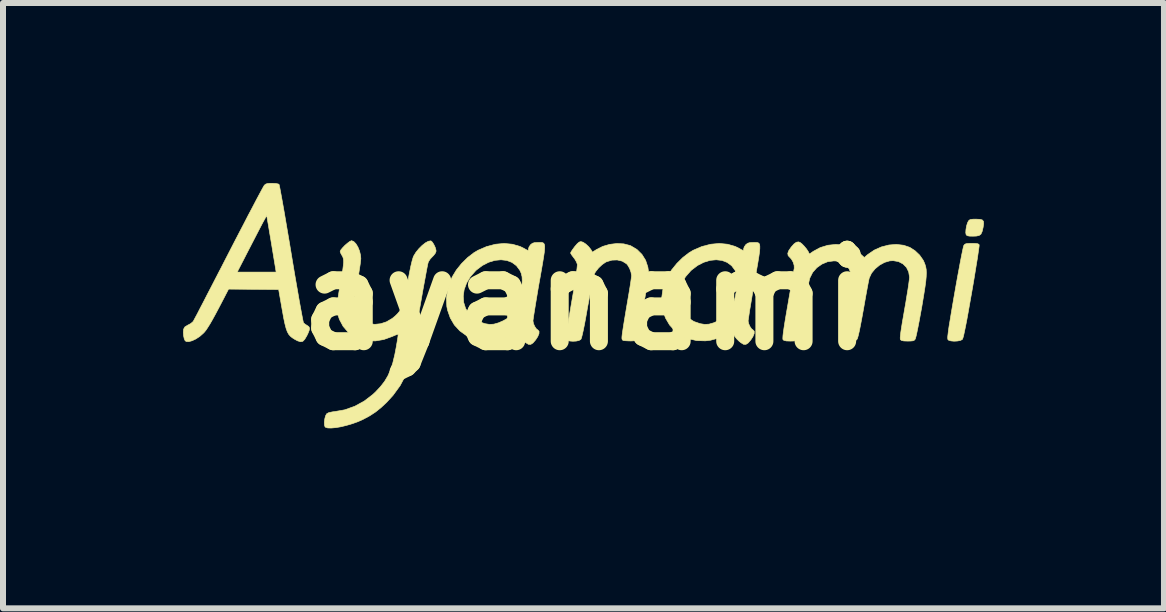
<source format=kicad_pcb>
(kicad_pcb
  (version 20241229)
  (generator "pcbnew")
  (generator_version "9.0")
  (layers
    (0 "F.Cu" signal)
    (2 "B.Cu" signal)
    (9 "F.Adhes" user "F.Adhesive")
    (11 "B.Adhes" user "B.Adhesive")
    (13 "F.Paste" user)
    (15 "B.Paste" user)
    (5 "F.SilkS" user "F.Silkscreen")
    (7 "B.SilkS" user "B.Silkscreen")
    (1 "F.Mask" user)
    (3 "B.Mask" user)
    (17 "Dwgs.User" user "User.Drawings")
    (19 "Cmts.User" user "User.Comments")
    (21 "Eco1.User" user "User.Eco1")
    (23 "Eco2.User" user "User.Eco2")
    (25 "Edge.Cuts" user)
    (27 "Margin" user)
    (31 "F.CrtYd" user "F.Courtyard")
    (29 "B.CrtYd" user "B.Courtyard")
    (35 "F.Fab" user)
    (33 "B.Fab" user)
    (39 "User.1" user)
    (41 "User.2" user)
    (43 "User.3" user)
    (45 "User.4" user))
  (footprint "ayanami"
    (layer "F.Cu")
    (at 6.713 1.947)
    (property "Reference" "ayanami" (at 0 0 0) (layer "F.SilkS") (effects (font (size 1.524 1.524) (thickness 0.3))))
    (attr through_hole)
    (fp_poly (pts (xy 6.565 -1.342) (xy 6.606 -1.332) (xy 6.626 -1.309) (xy 6.629 -1.268) (xy 6.62 -1.206) (xy 6.604 -1.139) (xy 6.584 -1.096) (xy 6.554 -1.073) (xy 6.507 -1.063) (xy 6.453 -1.061) (xy 6.395 -1.062) (xy 6.361 -1.068) (xy 6.342 -1.08) (xy 6.337 -1.087) (xy 6.331 -1.119) (xy 6.334 -1.169) (xy 6.343 -1.225) (xy 6.358 -1.277) (xy 6.374 -1.311) (xy 6.389 -1.329) (xy 6.411 -1.339) (xy 6.448 -1.344) (xy 6.498 -1.345) (xy 6.565 -1.342)) (stroke (width 0.01) (type solid)) (fill yes) (layer "F.SilkS"))
    (fp_poly (pts (xy 6.493 -0.94) (xy 6.53 -0.935) (xy 6.549 -0.926) (xy 6.554 -0.917) (xy 6.554 -0.898) (xy 6.548 -0.853) (xy 6.538 -0.783) (xy 6.525 -0.693) (xy 6.507 -0.585) (xy 6.487 -0.461) (xy 6.465 -0.326) (xy 6.44 -0.181) (xy 6.431 -0.129) (xy 6.399 0.052) (xy 6.372 0.205) (xy 6.349 0.332) (xy 6.329 0.435) (xy 6.312 0.517) (xy 6.299 0.578) (xy 6.288 0.622) (xy 6.279 0.649) (xy 6.272 0.661) (xy 6.24 0.677) (xy 6.191 0.686) (xy 6.136 0.689) (xy 6.083 0.684) (xy 6.045 0.672) (xy 6.035 0.664) (xy 6.032 0.654) (xy 6.03 0.636) (xy 6.031 0.608) (xy 6.036 0.566) (xy 6.043 0.508) (xy 6.054 0.433) (xy 6.07 0.338) (xy 6.089 0.221) (xy 6.113 0.079) (xy 6.142 -0.089) (xy 6.147 -0.117) (xy 6.173 -0.265) (xy 6.198 -0.404) (xy 6.222 -0.532) (xy 6.243 -0.646) (xy 6.262 -0.744) (xy 6.278 -0.821) (xy 6.29 -0.876) (xy 6.298 -0.905) (xy 6.3 -0.908) (xy 6.314 -0.925) (xy 6.334 -0.935) (xy 6.368 -0.94) (xy 6.422 -0.941) (xy 6.433 -0.941) (xy 6.493 -0.94)) (stroke (width 0.01) (type solid)) (fill yes) (layer "F.SilkS"))
    (fp_poly (pts (xy -0.046 -0.96) (xy -0.001 -0.93) (xy 0.044 -0.889) (xy 0.08 -0.844) (xy 0.085 -0.837) (xy 0.109 -0.795) (xy 0.178 -0.839) (xy 0.282 -0.891) (xy 0.398 -0.925) (xy 0.517 -0.939) (xy 0.632 -0.933) (xy 0.736 -0.906) (xy 0.75 -0.9) (xy 0.851 -0.84) (xy 0.934 -0.758) (xy 0.996 -0.659) (xy 1.033 -0.548) (xy 1.042 -0.486) (xy 1.041 -0.446) (xy 1.035 -0.384) (xy 1.025 -0.303) (xy 1.012 -0.207) (xy 0.995 -0.1) (xy 0.977 0.013) (xy 0.957 0.128) (xy 0.937 0.242) (xy 0.916 0.35) (xy 0.897 0.449) (xy 0.878 0.533) (xy 0.862 0.599) (xy 0.849 0.644) (xy 0.841 0.66) (xy 0.823 0.676) (xy 0.795 0.683) (xy 0.751 0.685) (xy 0.711 0.684) (xy 0.656 0.681) (xy 0.624 0.677) (xy 0.608 0.667) (xy 0.602 0.65) (xy 0.601 0.635) (xy 0.602 0.61) (xy 0.608 0.559) (xy 0.619 0.486) (xy 0.633 0.396) (xy 0.65 0.293) (xy 0.669 0.179) (xy 0.679 0.12) (xy 0.699 0.002) (xy 0.718 -0.108) (xy 0.734 -0.206) (xy 0.747 -0.289) (xy 0.756 -0.353) (xy 0.761 -0.393) (xy 0.762 -0.403) (xy 0.752 -0.462) (xy 0.729 -0.525) (xy 0.697 -0.579) (xy 0.678 -0.601) (xy 0.607 -0.645) (xy 0.523 -0.665) (xy 0.434 -0.662) (xy 0.345 -0.635) (xy 0.33 -0.628) (xy 0.272 -0.588) (xy 0.212 -0.532) (xy 0.163 -0.47) (xy 0.144 -0.438) (xy 0.135 -0.412) (xy 0.123 -0.361) (xy 0.107 -0.287) (xy 0.089 -0.196) (xy 0.068 -0.09) (xy 0.047 0.026) (xy 0.029 0.122) (xy 0.001 0.281) (xy -0.023 0.411) (xy -0.044 0.513) (xy -0.061 0.588) (xy -0.074 0.637) (xy -0.084 0.66) (xy -0.085 0.66) (xy -0.115 0.677) (xy -0.161 0.687) (xy -0.216 0.69) (xy -0.268 0.686) (xy -0.308 0.675) (xy -0.327 0.661) (xy -0.329 0.642) (xy -0.326 0.6) (xy -0.318 0.534) (xy -0.304 0.443) (xy -0.286 0.325) (xy -0.261 0.181) (xy -0.238 0.045) (xy -0.213 -0.1) (xy -0.191 -0.231) (xy -0.172 -0.346) (xy -0.158 -0.443) (xy -0.148 -0.518) (xy -0.143 -0.57) (xy -0.142 -0.593) (xy -0.157 -0.633) (xy -0.184 -0.679) (xy -0.202 -0.703) (xy -0.231 -0.741) (xy -0.25 -0.771) (xy -0.254 -0.782) (xy -0.245 -0.802) (xy -0.222 -0.837) (xy -0.19 -0.881) (xy -0.187 -0.885) (xy -0.144 -0.935) (xy -0.111 -0.963) (xy -0.083 -0.971) (xy -0.082 -0.971) (xy -0.046 -0.96)) (stroke (width 0.01) (type solid)) (fill yes) (layer "F.SilkS"))
    (fp_poly (pts (xy -0.741 -0.956) (xy -0.719 -0.953) (xy -0.702 -0.943) (xy -0.692 -0.926) (xy -0.686 -0.897) (xy -0.687 -0.855) (xy -0.692 -0.796) (xy -0.703 -0.72) (xy -0.719 -0.622) (xy -0.74 -0.5) (xy -0.766 -0.352) (xy -0.775 -0.304) (xy -0.798 -0.171) (xy -0.819 -0.045) (xy -0.838 0.069) (xy -0.854 0.168) (xy -0.867 0.249) (xy -0.876 0.31) (xy -0.881 0.345) (xy -0.881 0.352) (xy -0.873 0.396) (xy -0.852 0.443) (xy -0.825 0.483) (xy -0.799 0.503) (xy -0.78 0.524) (xy -0.781 0.562) (xy -0.802 0.613) (xy -0.837 0.667) (xy -0.881 0.718) (xy -0.918 0.742) (xy -0.957 0.741) (xy -1.002 0.714) (xy -1.034 0.688) (xy -1.075 0.647) (xy -1.108 0.604) (xy -1.121 0.579) (xy -1.135 0.545) (xy -1.144 0.526) (xy -1.145 0.525) (xy -1.159 0.529) (xy -1.19 0.545) (xy -1.221 0.564) (xy -1.361 0.633) (xy -1.509 0.673) (xy -1.593 0.683) (xy -1.738 0.679) (xy -1.872 0.648) (xy -1.994 0.593) (xy -2.101 0.516) (xy -2.191 0.418) (xy -2.259 0.302) (xy -2.305 0.171) (xy -2.317 0.109) (xy -2.323 -0.029) (xy -2.318 -0.062) (xy -2.043 -0.062) (xy -2.036 0.042) (xy -2.005 0.14) (xy -1.953 0.228) (xy -1.879 0.302) (xy -1.785 0.361) (xy -1.681 0.397) (xy -1.606 0.409) (xy -1.534 0.405) (xy -1.456 0.383) (xy -1.378 0.349) (xy -1.294 0.301) (xy -1.227 0.243) (xy -1.174 0.17) (xy -1.133 0.08) (xy -1.1 -0.034) (xy -1.082 -0.124) (xy -1.066 -0.231) (xy -1.06 -0.316) (xy -1.063 -0.385) (xy -1.077 -0.443) (xy -1.1 -0.493) (xy -1.157 -0.569) (xy -1.231 -0.624) (xy -1.318 -0.657) (xy -1.414 -0.668) (xy -1.517 -0.658) (xy -1.621 -0.626) (xy -1.724 -0.573) (xy -1.822 -0.499) (xy -1.836 -0.486) (xy -1.925 -0.385) (xy -1.988 -0.279) (xy -2.028 -0.171) (xy -2.043 -0.062) (xy -2.318 -0.062) (xy -2.302 -0.174) (xy -2.255 -0.321) (xy -2.224 -0.388) (xy -2.158 -0.497) (xy -2.071 -0.605) (xy -1.971 -0.704) (xy -1.865 -0.786) (xy -1.797 -0.826) (xy -1.652 -0.889) (xy -1.505 -0.927) (xy -1.362 -0.94) (xy -1.224 -0.927) (xy -1.097 -0.89) (xy -1.037 -0.861) (xy -0.993 -0.836) (xy -0.968 -0.825) (xy -0.958 -0.828) (xy -0.956 -0.842) (xy -0.956 -0.852) (xy -0.946 -0.883) (xy -0.922 -0.918) (xy -0.92 -0.92) (xy -0.89 -0.943) (xy -0.854 -0.954) (xy -0.803 -0.956) (xy -0.769 -0.957) (xy -0.741 -0.956)) (stroke (width 0.01) (type solid)) (fill yes) (layer "F.SilkS"))
    (fp_poly (pts (xy 2.845 -0.956) (xy 2.867 -0.953) (xy 2.884 -0.943) (xy 2.894 -0.926) (xy 2.899 -0.897) (xy 2.899 -0.855) (xy 2.894 -0.796) (xy 2.883 -0.72) (xy 2.867 -0.622) (xy 2.846 -0.5) (xy 2.82 -0.352) (xy 2.811 -0.304) (xy 2.788 -0.171) (xy 2.767 -0.045) (xy 2.748 0.069) (xy 2.731 0.168) (xy 2.719 0.249) (xy 2.71 0.31) (xy 2.705 0.345) (xy 2.704 0.352) (xy 2.713 0.396) (xy 2.734 0.443) (xy 2.761 0.483) (xy 2.787 0.503) (xy 2.806 0.524) (xy 2.805 0.562) (xy 2.784 0.613) (xy 2.749 0.667) (xy 2.705 0.718) (xy 2.667 0.742) (xy 2.629 0.741) (xy 2.584 0.714) (xy 2.552 0.688) (xy 2.511 0.647) (xy 2.478 0.604) (xy 2.465 0.579) (xy 2.451 0.545) (xy 2.442 0.526) (xy 2.441 0.525) (xy 2.427 0.529) (xy 2.396 0.545) (xy 2.365 0.564) (xy 2.225 0.633) (xy 2.077 0.673) (xy 1.993 0.683) (xy 1.848 0.679) (xy 1.714 0.648) (xy 1.591 0.593) (xy 1.484 0.516) (xy 1.395 0.418) (xy 1.327 0.302) (xy 1.281 0.171) (xy 1.269 0.109) (xy 1.263 -0.029) (xy 1.268 -0.062) (xy 1.543 -0.062) (xy 1.55 0.042) (xy 1.581 0.14) (xy 1.633 0.228) (xy 1.707 0.302) (xy 1.801 0.361) (xy 1.905 0.397) (xy 1.98 0.409) (xy 2.052 0.405) (xy 2.129 0.383) (xy 2.208 0.349) (xy 2.292 0.301) (xy 2.359 0.243) (xy 2.412 0.17) (xy 2.453 0.08) (xy 2.486 -0.034) (xy 2.504 -0.124) (xy 2.52 -0.231) (xy 2.526 -0.316) (xy 2.523 -0.385) (xy 2.509 -0.443) (xy 2.486 -0.493) (xy 2.429 -0.569) (xy 2.355 -0.624) (xy 2.268 -0.657) (xy 2.172 -0.668) (xy 2.069 -0.658) (xy 1.965 -0.626) (xy 1.861 -0.573) (xy 1.764 -0.499) (xy 1.749 -0.486) (xy 1.661 -0.385) (xy 1.598 -0.279) (xy 1.558 -0.171) (xy 1.543 -0.062) (xy 1.268 -0.062) (xy 1.284 -0.174) (xy 1.331 -0.321) (xy 1.362 -0.388) (xy 1.428 -0.497) (xy 1.515 -0.605) (xy 1.615 -0.704) (xy 1.721 -0.786) (xy 1.788 -0.826) (xy 1.934 -0.889) (xy 2.081 -0.927) (xy 2.224 -0.94) (xy 2.362 -0.927) (xy 2.489 -0.89) (xy 2.549 -0.861) (xy 2.593 -0.836) (xy 2.617 -0.825) (xy 2.628 -0.828) (xy 2.63 -0.842) (xy 2.63 -0.852) (xy 2.64 -0.883) (xy 2.664 -0.918) (xy 2.666 -0.92) (xy 2.696 -0.943) (xy 2.732 -0.954) (xy 2.783 -0.956) (xy 2.817 -0.957) (xy 2.845 -0.956)) (stroke (width 0.01) (type solid)) (fill yes) (layer "F.SilkS"))
    (fp_poly (pts (xy -5.167 -1.939) (xy -5.126 -1.931) (xy -5.113 -1.924) (xy -5.108 -1.906) (xy -5.099 -1.862) (xy -5.086 -1.792) (xy -5.069 -1.7) (xy -5.049 -1.588) (xy -5.026 -1.458) (xy -5.001 -1.311) (xy -4.974 -1.152) (xy -4.945 -0.982) (xy -4.915 -0.802) (xy -4.91 -0.771) (xy -4.88 -0.591) (xy -4.851 -0.418) (xy -4.823 -0.257) (xy -4.797 -0.108) (xy -4.774 0.025) (xy -4.753 0.141) (xy -4.735 0.237) (xy -4.721 0.311) (xy -4.711 0.36) (xy -4.705 0.383) (xy -4.704 0.384) (xy -4.678 0.406) (xy -4.644 0.427) (xy -4.617 0.446) (xy -4.605 0.47) (xy -4.609 0.504) (xy -4.629 0.555) (xy -4.65 0.599) (xy -4.685 0.658) (xy -4.717 0.691) (xy -4.755 0.698) (xy -4.804 0.683) (xy -4.851 0.658) (xy -4.892 0.632) (xy -4.925 0.605) (xy -4.953 0.572) (xy -4.976 0.529) (xy -4.996 0.473) (xy -5.015 0.4) (xy -5.035 0.306) (xy -5.056 0.188) (xy -5.062 0.156) (xy -5.119 -0.172) (xy -5.954 -0.179) (xy -6.041 -0.011) (xy -6.112 0.125) (xy -6.172 0.238) (xy -6.222 0.329) (xy -6.264 0.402) (xy -6.299 0.458) (xy -6.328 0.502) (xy -6.355 0.536) (xy -6.374 0.556) (xy -6.434 0.609) (xy -6.498 0.651) (xy -6.561 0.681) (xy -6.616 0.696) (xy -6.658 0.694) (xy -6.678 0.681) (xy -6.693 0.647) (xy -6.704 0.596) (xy -6.708 0.54) (xy -6.704 0.491) (xy -6.702 0.486) (xy -6.683 0.452) (xy -6.639 0.424) (xy -6.629 0.419) (xy -6.584 0.395) (xy -6.55 0.366) (xy -6.542 0.357) (xy -6.532 0.338) (xy -6.509 0.295) (xy -6.474 0.23) (xy -6.43 0.144) (xy -6.375 0.039) (xy -6.313 -0.082) (xy -6.243 -0.217) (xy -6.167 -0.364) (xy -6.116 -0.463) (xy -5.81 -0.463) (xy -5.161 -0.463) (xy -5.238 -0.93) (xy -5.257 -1.044) (xy -5.275 -1.149) (xy -5.29 -1.241) (xy -5.303 -1.315) (xy -5.312 -1.369) (xy -5.317 -1.399) (xy -5.318 -1.404) (xy -5.322 -1.4) (xy -5.332 -1.382) (xy -5.351 -1.347) (xy -5.379 -1.296) (xy -5.416 -1.226) (xy -5.463 -1.135) (xy -5.521 -1.023) (xy -5.591 -0.888) (xy -5.674 -0.727) (xy -5.696 -0.684) (xy -5.81 -0.463) (xy -6.116 -0.463) (xy -6.085 -0.522) (xy -6 -0.688) (xy -5.954 -0.777) (xy -5.867 -0.946) (xy -5.783 -1.108) (xy -5.703 -1.261) (xy -5.63 -1.403) (xy -5.562 -1.531) (xy -5.503 -1.644) (xy -5.452 -1.74) (xy -5.411 -1.816) (xy -5.381 -1.871) (xy -5.363 -1.902) (xy -5.359 -1.909) (xy -5.338 -1.927) (xy -5.31 -1.938) (xy -5.267 -1.942) (xy -5.229 -1.942) (xy -5.167 -1.939)) (stroke (width 0.01) (type solid)) (fill yes) (layer "F.SilkS"))
    (fp_poly (pts (xy -3.868 -0.972) (xy -3.832 -0.935) (xy -3.799 -0.881) (xy -3.772 -0.815) (xy -3.755 -0.745) (xy -3.75 -0.689) (xy -3.753 -0.654) (xy -3.76 -0.596) (xy -3.772 -0.518) (xy -3.786 -0.427) (xy -3.803 -0.328) (xy -3.811 -0.284) (xy -3.832 -0.162) (xy -3.847 -0.065) (xy -3.857 0.011) (xy -3.86 0.07) (xy -3.859 0.118) (xy -3.851 0.157) (xy -3.839 0.194) (xy -3.825 0.224) (xy -3.769 0.303) (xy -3.697 0.36) (xy -3.612 0.395) (xy -3.518 0.408) (xy -3.42 0.398) (xy -3.322 0.366) (xy -3.227 0.31) (xy -3.179 0.271) (xy -3.141 0.234) (xy -3.11 0.197) (xy -3.084 0.157) (xy -3.062 0.108) (xy -3.041 0.048) (xy -3.022 -0.029) (xy -3.001 -0.125) (xy -2.978 -0.246) (xy -2.968 -0.301) (xy -2.941 -0.444) (xy -2.917 -0.561) (xy -2.896 -0.649) (xy -2.878 -0.709) (xy -2.869 -0.731) (xy -2.831 -0.793) (xy -2.782 -0.853) (xy -2.729 -0.906) (xy -2.675 -0.949) (xy -2.626 -0.976) (xy -2.587 -0.983) (xy -2.579 -0.981) (xy -2.557 -0.961) (xy -2.533 -0.922) (xy -2.511 -0.876) (xy -2.498 -0.831) (xy -2.496 -0.811) (xy -2.507 -0.78) (xy -2.537 -0.74) (xy -2.554 -0.723) (xy -2.592 -0.683) (xy -2.62 -0.641) (xy -2.628 -0.622) (xy -2.634 -0.598) (xy -2.644 -0.548) (xy -2.658 -0.475) (xy -2.675 -0.381) (xy -2.696 -0.269) (xy -2.719 -0.143) (xy -2.743 -0.005) (xy -2.769 0.142) (xy -2.779 0.194) (xy -2.806 0.346) (xy -2.832 0.493) (xy -2.857 0.631) (xy -2.88 0.758) (xy -2.901 0.868) (xy -2.919 0.96) (xy -2.933 1.031) (xy -2.943 1.075) (xy -2.945 1.082) (xy -3.005 1.259) (xy -3.095 1.429) (xy -3.213 1.591) (xy -3.316 1.704) (xy -3.413 1.795) (xy -3.505 1.869) (xy -3.603 1.933) (xy -3.715 1.993) (xy -3.798 2.03) (xy -3.89 2.063) (xy -3.985 2.091) (xy -4.078 2.114) (xy -4.165 2.129) (xy -4.241 2.136) (xy -4.3 2.135) (xy -4.338 2.123) (xy -4.346 2.117) (xy -4.356 2.086) (xy -4.358 2.038) (xy -4.351 1.984) (xy -4.338 1.934) (xy -4.32 1.9) (xy -4.318 1.898) (xy -4.283 1.879) (xy -4.22 1.866) (xy -4.187 1.862) (xy -4.016 1.832) (xy -3.851 1.773) (xy -3.695 1.688) (xy -3.551 1.578) (xy -3.503 1.533) (xy -3.422 1.446) (xy -3.355 1.36) (xy -3.3 1.268) (xy -3.255 1.167) (xy -3.217 1.05) (xy -3.184 0.913) (xy -3.161 0.793) (xy -3.148 0.717) (xy -3.137 0.652) (xy -3.13 0.603) (xy -3.128 0.576) (xy -3.128 0.573) (xy -3.143 0.576) (xy -3.178 0.589) (xy -3.225 0.609) (xy -3.229 0.611) (xy -3.368 0.661) (xy -3.505 0.684) (xy -3.636 0.683) (xy -3.758 0.657) (xy -3.869 0.607) (xy -3.965 0.535) (xy -4.045 0.441) (xy -4.106 0.327) (xy -4.11 0.316) (xy -4.128 0.259) (xy -4.138 0.196) (xy -4.141 0.124) (xy -4.137 0.038) (xy -4.125 -0.065) (xy -4.105 -0.191) (xy -4.088 -0.287) (xy -4.067 -0.406) (xy -4.051 -0.499) (xy -4.042 -0.571) (xy -4.037 -0.625) (xy -4.038 -0.666) (xy -4.044 -0.698) (xy -4.054 -0.724) (xy -4.064 -0.74) (xy -4.084 -0.776) (xy -4.094 -0.805) (xy -4.094 -0.807) (xy -4.083 -0.832) (xy -4.054 -0.867) (xy -4.016 -0.907) (xy -3.973 -0.944) (xy -3.935 -0.973) (xy -3.906 -0.986) (xy -3.904 -0.986) (xy -3.868 -0.972)) (stroke (width 0.01) (type solid)) (fill yes) (layer "F.SilkS"))
    (fp_poly (pts (xy 3.568 -0.958) (xy 3.601 -0.933) (xy 3.64 -0.893) (xy 3.678 -0.847) (xy 3.705 -0.806) (xy 3.709 -0.798) (xy 3.725 -0.763) (xy 3.791 -0.809) (xy 3.906 -0.871) (xy 4.033 -0.91) (xy 4.167 -0.924) (xy 4.298 -0.913) (xy 4.361 -0.898) (xy 4.428 -0.874) (xy 4.483 -0.843) (xy 4.539 -0.799) (xy 4.553 -0.786) (xy 4.64 -0.706) (xy 4.699 -0.756) (xy 4.806 -0.829) (xy 4.925 -0.882) (xy 5.05 -0.914) (xy 5.175 -0.924) (xy 5.295 -0.91) (xy 5.398 -0.875) (xy 5.484 -0.82) (xy 5.562 -0.746) (xy 5.622 -0.66) (xy 5.636 -0.63) (xy 5.652 -0.59) (xy 5.664 -0.549) (xy 5.672 -0.504) (xy 5.674 -0.451) (xy 5.672 -0.388) (xy 5.665 -0.31) (xy 5.652 -0.215) (xy 5.634 -0.1) (xy 5.611 0.04) (xy 5.596 0.129) (xy 5.574 0.248) (xy 5.554 0.358) (xy 5.535 0.456) (xy 5.518 0.539) (xy 5.504 0.602) (xy 5.493 0.642) (xy 5.489 0.654) (xy 5.474 0.672) (xy 5.452 0.682) (xy 5.416 0.686) (xy 5.365 0.687) (xy 5.3 0.685) (xy 5.26 0.676) (xy 5.245 0.665) (xy 5.24 0.654) (xy 5.239 0.631) (xy 5.242 0.595) (xy 5.248 0.542) (xy 5.259 0.47) (xy 5.274 0.375) (xy 5.295 0.256) (xy 5.31 0.168) (xy 5.331 0.049) (xy 5.349 -0.063) (xy 5.366 -0.165) (xy 5.379 -0.252) (xy 5.388 -0.32) (xy 5.393 -0.366) (xy 5.394 -0.378) (xy 5.38 -0.466) (xy 5.343 -0.541) (xy 5.285 -0.599) (xy 5.21 -0.638) (xy 5.123 -0.653) (xy 5.065 -0.65) (xy 4.979 -0.625) (xy 4.895 -0.579) (xy 4.82 -0.517) (xy 4.76 -0.444) (xy 4.724 -0.367) (xy 4.722 -0.362) (xy 4.716 -0.334) (xy 4.705 -0.28) (xy 4.691 -0.205) (xy 4.674 -0.113) (xy 4.655 -0.008) (xy 4.635 0.107) (xy 4.625 0.163) (xy 4.598 0.312) (xy 4.575 0.432) (xy 4.556 0.526) (xy 4.54 0.594) (xy 4.528 0.638) (xy 4.517 0.66) (xy 4.517 0.661) (xy 4.498 0.676) (xy 4.47 0.683) (xy 4.426 0.685) (xy 4.386 0.684) (xy 4.331 0.681) (xy 4.299 0.677) (xy 4.284 0.667) (xy 4.277 0.65) (xy 4.276 0.638) (xy 4.277 0.614) (xy 4.283 0.564) (xy 4.294 0.492) (xy 4.307 0.402) (xy 4.324 0.298) (xy 4.343 0.185) (xy 4.356 0.114) (xy 4.379 -0.022) (xy 4.398 -0.131) (xy 4.411 -0.218) (xy 4.421 -0.285) (xy 4.427 -0.336) (xy 4.429 -0.373) (xy 4.429 -0.401) (xy 4.425 -0.422) (xy 4.424 -0.427) (xy 4.387 -0.517) (xy 4.332 -0.584) (xy 4.258 -0.628) (xy 4.165 -0.648) (xy 4.131 -0.649) (xy 4.03 -0.636) (xy 3.934 -0.596) (xy 3.849 -0.536) (xy 3.78 -0.458) (xy 3.734 -0.367) (xy 3.73 -0.355) (xy 3.722 -0.321) (xy 3.709 -0.261) (xy 3.693 -0.181) (xy 3.675 -0.084) (xy 3.655 0.024) (xy 3.635 0.139) (xy 3.629 0.172) (xy 3.609 0.285) (xy 3.59 0.391) (xy 3.572 0.483) (xy 3.556 0.56) (xy 3.543 0.617) (xy 3.534 0.649) (xy 3.531 0.654) (xy 3.517 0.672) (xy 3.495 0.682) (xy 3.459 0.686) (xy 3.408 0.687) (xy 3.343 0.685) (xy 3.303 0.676) (xy 3.287 0.665) (xy 3.283 0.654) (xy 3.283 0.632) (xy 3.285 0.596) (xy 3.291 0.545) (xy 3.301 0.474) (xy 3.315 0.383) (xy 3.334 0.268) (xy 3.358 0.128) (xy 3.368 0.071) (xy 3.39 -0.057) (xy 3.411 -0.176) (xy 3.43 -0.284) (xy 3.446 -0.376) (xy 3.459 -0.45) (xy 3.468 -0.502) (xy 3.473 -0.528) (xy 3.473 -0.53) (xy 3.471 -0.576) (xy 3.454 -0.63) (xy 3.426 -0.679) (xy 3.4 -0.707) (xy 3.371 -0.738) (xy 3.365 -0.776) (xy 3.383 -0.823) (xy 3.422 -0.879) (xy 3.469 -0.932) (xy 3.508 -0.96) (xy 3.543 -0.966) (xy 3.568 -0.958)) (stroke (width 0.01) (type solid)) (fill yes) (layer "F.SilkS")))
  (gr_rect
    (start -3 -3)
    (end 16.347 7.088)
    (stroke (width 0.1) (type default))
    (fill no)
    (layer "Edge.Cuts")))
</source>
